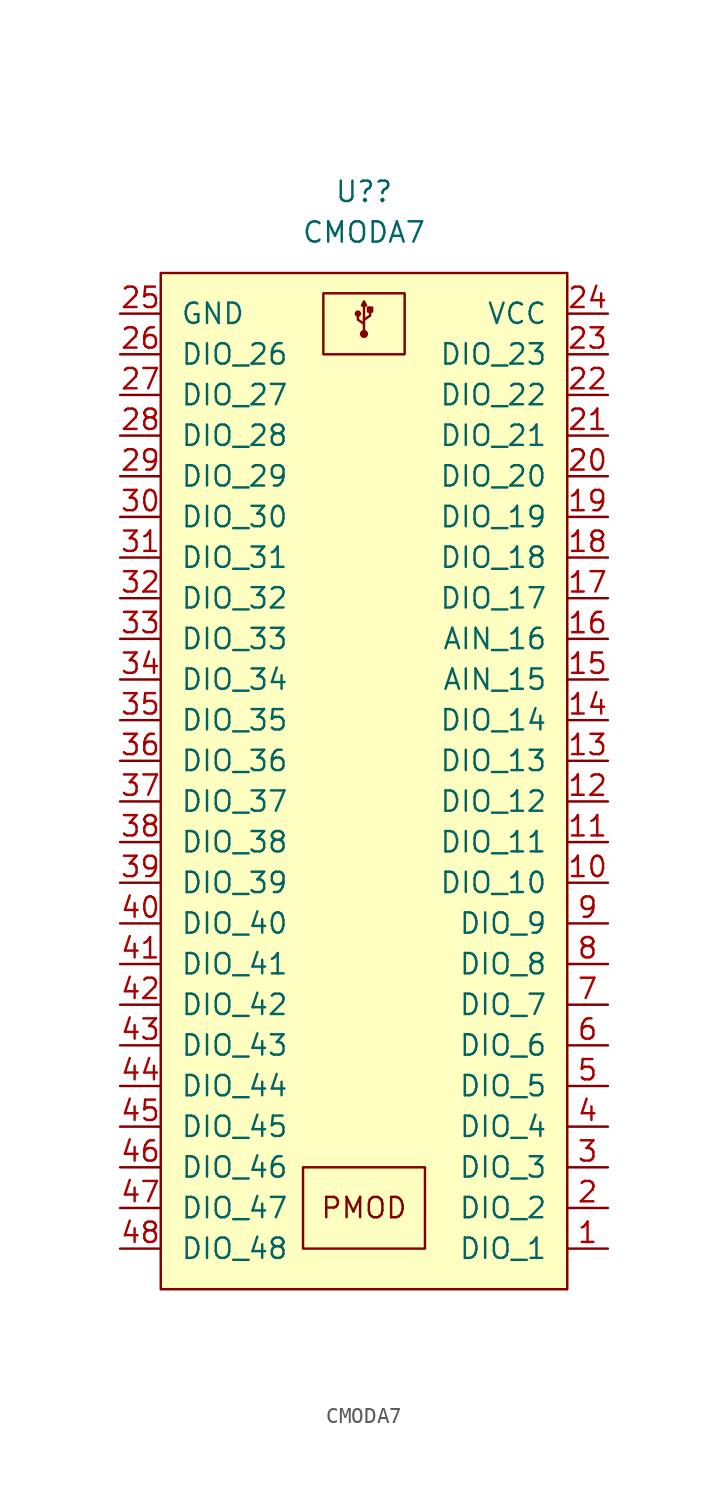
<source format=kicad_sym>
(kicad_symbol_lib
  (version 20211014)
  (generator kicad_symbol_editor)
  (symbol "CMODA7"
    (pin_names
      (offset 1.219))
    (property "Reference" "U?"
      (at 0 35.56 0)
      (effects (font (size 1.27 1.27))))
    (property "Value" "CMODA7"
      (at 0 33.02 0)
      (effects (font (size 1.27 1.27))))
    (symbol "CMODA7_0_0"
      (rectangle (start -12.7 30.48) (end 12.7 -33.02) (stroke (width 0) (type default) (color 0 0 0 0)) (fill (type background)))
      (text "PMOD" (at 0 -27.94 0) (effects (font (size 1.27 1.27)))))
    (symbol "CMODA7_0_1"
      (rectangle (start -2.54 29.21) (end 2.54 25.4) (stroke (width 0) (type default) (color 0 0 0 0)) (fill (type none)))
      (circle (center -0.381 27.94) (radius 0.127) (stroke (width 0) (type default) (color 0 0 0 0)) (fill (type none)))
      (polyline (pts (xy 0 26.67) (xy 0 27.559)) (stroke (width 0) (type default) (color 0 0 0 0)) (fill (type none)))
      (polyline (pts (xy 0 27.559) (xy 0 28.448)) (stroke (width 0) (type default) (color 0 0 0 0)) (fill (type none)))
      (polyline (pts (xy 0 27.305) (xy -0.381 27.559) (xy -0.381 27.94)) (stroke (width 0) (type default) (color 0 0 0 0)) (fill (type none)))
      (polyline (pts (xy 0 27.559) (xy 0.381 27.813) (xy 0.381 28.067)) (stroke (width 0) (type default) (color 0 0 0 0)) (fill (type none)))
      (polyline (pts (xy 0 28.702) (xy -0.127 28.448) (xy 0.127 28.448) (xy 0 28.702)) (stroke (width 0) (type default) (color 0 0 0 0)) (fill (type none)))
      (circle (center 0 26.67) (radius 0.18) (stroke (width 0) (type default) (color 0 0 0 0)) (fill (type outline)))
      (rectangle (start 0.254 28.067) (end 0.508 28.321) (stroke (width 0) (type default) (color 0 0 0 0)) (fill (type outline))))
    (symbol "CMODA7_1_1"
      (rectangle (start -3.81 -25.4) (end 3.81 -30.48) (stroke (width 0) (type default) (color 0 0 0 0)) (fill (type none)))
      (pin tri_state line (at 15.24 -30.48 180) (length 2.54) (name "DIO_1" (effects (font (size 1.27 1.27)))) (number "1" (effects (font (size 1.27 1.27)))))
      (pin tri_state line (at 15.24 -7.62 180) (length 2.54) (name "DIO_10" (effects (font (size 1.27 1.27)))) (number "10" (effects (font (size 1.27 1.27)))))
      (pin tri_state line (at 15.24 -5.08 180) (length 2.54) (name "DIO_11" (effects (font (size 1.27 1.27)))) (number "11" (effects (font (size 1.27 1.27)))))
      (pin tri_state line (at 15.24 -2.54 180) (length 2.54) (name "DIO_12" (effects (font (size 1.27 1.27)))) (number "12" (effects (font (size 1.27 1.27)))))
      (pin tri_state line (at 15.24 0 180) (length 2.54) (name "DIO_13" (effects (font (size 1.27 1.27)))) (number "13" (effects (font (size 1.27 1.27)))))
      (pin tri_state line (at 15.24 2.54 180) (length 2.54) (name "DIO_14" (effects (font (size 1.27 1.27)))) (number "14" (effects (font (size 1.27 1.27)))))
      (pin tri_state line (at 15.24 5.08 180) (length 2.54) (name "AIN_15" (effects (font (size 1.27 1.27)))) (number "15" (effects (font (size 1.27 1.27)))))
      (pin tri_state line (at 15.24 7.62 180) (length 2.54) (name "AIN_16" (effects (font (size 1.27 1.27)))) (number "16" (effects (font (size 1.27 1.27)))))
      (pin tri_state line (at 15.24 10.16 180) (length 2.54) (name "DIO_17" (effects (font (size 1.27 1.27)))) (number "17" (effects (font (size 1.27 1.27)))))
      (pin tri_state line (at 15.24 12.7 180) (length 2.54) (name "DIO_18" (effects (font (size 1.27 1.27)))) (number "18" (effects (font (size 1.27 1.27)))))
      (pin tri_state line (at 15.24 15.24 180) (length 2.54) (name "DIO_19" (effects (font (size 1.27 1.27)))) (number "19" (effects (font (size 1.27 1.27)))))
      (pin tri_state line (at 15.24 -27.94 180) (length 2.54) (name "DIO_2" (effects (font (size 1.27 1.27)))) (number "2" (effects (font (size 1.27 1.27)))))
      (pin tri_state line (at 15.24 17.78 180) (length 2.54) (name "DIO_20" (effects (font (size 1.27 1.27)))) (number "20" (effects (font (size 1.27 1.27)))))
      (pin tri_state line (at 15.24 20.32 180) (length 2.54) (name "DIO_21" (effects (font (size 1.27 1.27)))) (number "21" (effects (font (size 1.27 1.27)))))
      (pin tri_state line (at 15.24 22.86 180) (length 2.54) (name "DIO_22" (effects (font (size 1.27 1.27)))) (number "22" (effects (font (size 1.27 1.27)))))
      (pin tri_state line (at 15.24 25.4 180) (length 2.54) (name "DIO_23" (effects (font (size 1.27 1.27)))) (number "23" (effects (font (size 1.27 1.27)))))
      (pin power_out line (at 15.24 27.94 180) (length 2.54) (name "VCC" (effects (font (size 1.27 1.27)))) (number "24" (effects (font (size 1.27 1.27)))))
      (pin power_in line (at -15.24 27.94 0) (length 2.54) (name "GND" (effects (font (size 1.27 1.27)))) (number "25" (effects (font (size 1.27 1.27)))))
      (pin tri_state line (at -15.24 25.4 0) (length 2.54) (name "DIO_26" (effects (font (size 1.27 1.27)))) (number "26" (effects (font (size 1.27 1.27)))))
      (pin tri_state line (at -15.24 22.86 0) (length 2.54) (name "DIO_27" (effects (font (size 1.27 1.27)))) (number "27" (effects (font (size 1.27 1.27)))))
      (pin tri_state line (at -15.24 20.32 0) (length 2.54) (name "DIO_28" (effects (font (size 1.27 1.27)))) (number "28" (effects (font (size 1.27 1.27)))))
      (pin tri_state line (at -15.24 17.78 0) (length 2.54) (name "DIO_29" (effects (font (size 1.27 1.27)))) (number "29" (effects (font (size 1.27 1.27)))))
      (pin tri_state line (at 15.24 -25.4 180) (length 2.54) (name "DIO_3" (effects (font (size 1.27 1.27)))) (number "3" (effects (font (size 1.27 1.27)))))
      (pin tri_state line (at -15.24 15.24 0) (length 2.54) (name "DIO_30" (effects (font (size 1.27 1.27)))) (number "30" (effects (font (size 1.27 1.27)))))
      (pin tri_state line (at -15.24 12.7 0) (length 2.54) (name "DIO_31" (effects (font (size 1.27 1.27)))) (number "31" (effects (font (size 1.27 1.27)))))
      (pin tri_state line (at -15.24 10.16 0) (length 2.54) (name "DIO_32" (effects (font (size 1.27 1.27)))) (number "32" (effects (font (size 1.27 1.27)))))
      (pin tri_state line (at -15.24 7.62 0) (length 2.54) (name "DIO_33" (effects (font (size 1.27 1.27)))) (number "33" (effects (font (size 1.27 1.27)))))
      (pin tri_state line (at -15.24 5.08 0) (length 2.54) (name "DIO_34" (effects (font (size 1.27 1.27)))) (number "34" (effects (font (size 1.27 1.27)))))
      (pin tri_state line (at -15.24 2.54 0) (length 2.54) (name "DIO_35" (effects (font (size 1.27 1.27)))) (number "35" (effects (font (size 1.27 1.27)))))
      (pin tri_state line (at -15.24 0 0) (length 2.54) (name "DIO_36" (effects (font (size 1.27 1.27)))) (number "36" (effects (font (size 1.27 1.27)))))
      (pin tri_state line (at -15.24 -2.54 0) (length 2.54) (name "DIO_37" (effects (font (size 1.27 1.27)))) (number "37" (effects (font (size 1.27 1.27)))))
      (pin tri_state line (at -15.24 -5.08 0) (length 2.54) (name "DIO_38" (effects (font (size 1.27 1.27)))) (number "38" (effects (font (size 1.27 1.27)))))
      (pin tri_state line (at -15.24 -7.62 0) (length 2.54) (name "DIO_39" (effects (font (size 1.27 1.27)))) (number "39" (effects (font (size 1.27 1.27)))))
      (pin tri_state line (at 15.24 -22.86 180) (length 2.54) (name "DIO_4" (effects (font (size 1.27 1.27)))) (number "4" (effects (font (size 1.27 1.27)))))
      (pin tri_state line (at -15.24 -10.16 0) (length 2.54) (name "DIO_40" (effects (font (size 1.27 1.27)))) (number "40" (effects (font (size 1.27 1.27)))))
      (pin tri_state line (at -15.24 -12.7 0) (length 2.54) (name "DIO_41" (effects (font (size 1.27 1.27)))) (number "41" (effects (font (size 1.27 1.27)))))
      (pin tri_state line (at -15.24 -15.24 0) (length 2.54) (name "DIO_42" (effects (font (size 1.27 1.27)))) (number "42" (effects (font (size 1.27 1.27)))))
      (pin tri_state line (at -15.24 -17.78 0) (length 2.54) (name "DIO_43" (effects (font (size 1.27 1.27)))) (number "43" (effects (font (size 1.27 1.27)))))
      (pin tri_state line (at -15.24 -20.32 0) (length 2.54) (name "DIO_44" (effects (font (size 1.27 1.27)))) (number "44" (effects (font (size 1.27 1.27)))))
      (pin tri_state line (at -15.24 -22.86 0) (length 2.54) (name "DIO_45" (effects (font (size 1.27 1.27)))) (number "45" (effects (font (size 1.27 1.27)))))
      (pin tri_state line (at -15.24 -25.4 0) (length 2.54) (name "DIO_46" (effects (font (size 1.27 1.27)))) (number "46" (effects (font (size 1.27 1.27)))))
      (pin tri_state line (at -15.24 -27.94 0) (length 2.54) (name "DIO_47" (effects (font (size 1.27 1.27)))) (number "47" (effects (font (size 1.27 1.27)))))
      (pin tri_state line (at -15.24 -30.48 0) (length 2.54) (name "DIO_48" (effects (font (size 1.27 1.27)))) (number "48" (effects (font (size 1.27 1.27)))))
      (pin tri_state line (at 15.24 -20.32 180) (length 2.54) (name "DIO_5" (effects (font (size 1.27 1.27)))) (number "5" (effects (font (size 1.27 1.27)))))
      (pin tri_state line (at 15.24 -17.78 180) (length 2.54) (name "DIO_6" (effects (font (size 1.27 1.27)))) (number "6" (effects (font (size 1.27 1.27)))))
      (pin tri_state line (at 15.24 -15.24 180) (length 2.54) (name "DIO_7" (effects (font (size 1.27 1.27)))) (number "7" (effects (font (size 1.27 1.27)))))
      (pin tri_state line (at 15.24 -12.7 180) (length 2.54) (name "DIO_8" (effects (font (size 1.27 1.27)))) (number "8" (effects (font (size 1.27 1.27)))))
      (pin tri_state line (at 15.24 -10.16 180) (length 2.54) (name "DIO_9" (effects (font (size 1.27 1.27)))) (number "9" (effects (font (size 1.27 1.27))))))))
</source>
